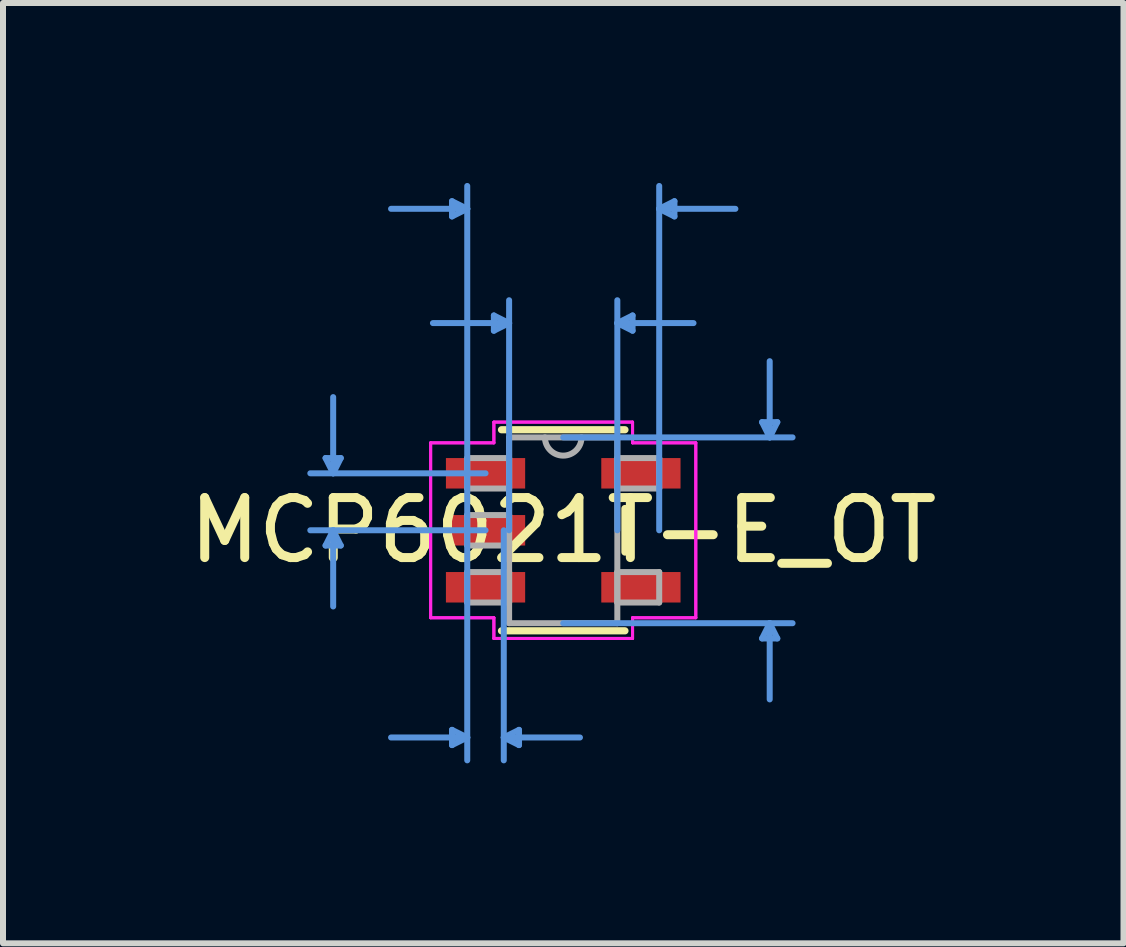
<source format=kicad_pcb>
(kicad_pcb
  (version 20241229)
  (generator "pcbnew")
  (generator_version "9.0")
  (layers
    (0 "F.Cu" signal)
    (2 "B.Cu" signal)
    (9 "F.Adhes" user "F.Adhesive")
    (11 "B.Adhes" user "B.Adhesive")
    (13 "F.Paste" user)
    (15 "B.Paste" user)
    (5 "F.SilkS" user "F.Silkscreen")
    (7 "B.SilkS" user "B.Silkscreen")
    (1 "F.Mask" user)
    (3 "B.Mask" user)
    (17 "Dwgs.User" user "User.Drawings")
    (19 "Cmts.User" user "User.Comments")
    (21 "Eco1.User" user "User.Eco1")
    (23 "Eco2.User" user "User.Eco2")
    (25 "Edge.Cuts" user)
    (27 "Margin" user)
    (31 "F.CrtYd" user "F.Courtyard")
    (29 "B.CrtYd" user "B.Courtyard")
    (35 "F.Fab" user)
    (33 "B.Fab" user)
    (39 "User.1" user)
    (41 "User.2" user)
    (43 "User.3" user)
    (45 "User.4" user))
  (footprint "MCP6021T-E_OT"
    (layer "F.Cu")
    (at 6.339 5.79)
    (property "Reference" "MCP6021T-E_OT" (at 0 0 0) (layer "F.SilkS") (effects (font (size 1 1) (thickness 0.15))))
    (attr through_hole)
    (fp_line (start -1.029 1.676) (end 1.029 1.676) (stroke (width 0.12) (type solid)) (layer "F.SilkS"))
    (fp_line (start 1.029 -1.676) (end -1.029 -1.676) (stroke (width 0.12) (type solid)) (layer "F.SilkS"))
    (fp_line (start 1.029 0.363) (end 1.029 -0.363) (stroke (width 0.12) (type solid)) (layer "F.SilkS"))
    (fp_line (start -3.962 -1.204) (end -3.708 -1.204) (stroke (width 0.1) (type solid)) (layer "Cmts.User"))
    (fp_line (start -3.962 0.254) (end -3.708 0.254) (stroke (width 0.1) (type solid)) (layer "Cmts.User"))
    (fp_line (start -3.835 -0.95) (end -3.962 -1.204) (stroke (width 0.1) (type solid)) (layer "Cmts.User"))
    (fp_line (start -3.835 -0.95) (end -3.835 -2.22) (stroke (width 0.1) (type solid)) (layer "Cmts.User"))
    (fp_line (start -3.835 -0.95) (end -3.708 -1.204) (stroke (width 0.1) (type solid)) (layer "Cmts.User"))
    (fp_line (start -3.835 0) (end -3.962 0.254) (stroke (width 0.1) (type solid)) (layer "Cmts.User"))
    (fp_line (start -3.835 0) (end -3.835 1.27) (stroke (width 0.1) (type solid)) (layer "Cmts.User"))
    (fp_line (start -3.835 0) (end -3.708 0.254) (stroke (width 0.1) (type solid)) (layer "Cmts.User"))
    (fp_line (start -1.854 -5.486) (end -1.854 -5.232) (stroke (width 0.1) (type solid)) (layer "Cmts.User"))
    (fp_line (start -1.854 3.327) (end -1.854 3.581) (stroke (width 0.1) (type solid)) (layer "Cmts.User"))
    (fp_line (start -1.6 -5.359) (end -2.87 -5.359) (stroke (width 0.1) (type solid)) (layer "Cmts.User"))
    (fp_line (start -1.6 -5.359) (end -1.854 -5.486) (stroke (width 0.1) (type solid)) (layer "Cmts.User"))
    (fp_line (start -1.6 -5.359) (end -1.854 -5.232) (stroke (width 0.1) (type solid)) (layer "Cmts.User"))
    (fp_line (start -1.6 0) (end -1.6 -5.74) (stroke (width 0.1) (type solid)) (layer "Cmts.User"))
    (fp_line (start -1.6 0) (end -1.6 3.835) (stroke (width 0.1) (type solid)) (layer "Cmts.User"))
    (fp_line (start -1.6 3.454) (end -2.87 3.454) (stroke (width 0.1) (type solid)) (layer "Cmts.User"))
    (fp_line (start -1.6 3.454) (end -1.854 3.327) (stroke (width 0.1) (type solid)) (layer "Cmts.User"))
    (fp_line (start -1.6 3.454) (end -1.854 3.581) (stroke (width 0.1) (type solid)) (layer "Cmts.User"))
    (fp_line (start -1.295 -0.95) (end -4.216 -0.95) (stroke (width 0.1) (type solid)) (layer "Cmts.User"))
    (fp_line (start -1.295 0) (end -4.216 0) (stroke (width 0.1) (type solid)) (layer "Cmts.User"))
    (fp_line (start -1.156 -3.581) (end -1.156 -3.327) (stroke (width 0.1) (type solid)) (layer "Cmts.User"))
    (fp_line (start -0.991 0) (end -0.991 3.835) (stroke (width 0.1) (type solid)) (layer "Cmts.User"))
    (fp_line (start -0.991 3.454) (end -0.737 3.327) (stroke (width 0.1) (type solid)) (layer "Cmts.User"))
    (fp_line (start -0.991 3.454) (end -0.737 3.581) (stroke (width 0.1) (type solid)) (layer "Cmts.User"))
    (fp_line (start -0.991 3.454) (end 0.279 3.454) (stroke (width 0.1) (type solid)) (layer "Cmts.User"))
    (fp_line (start -0.902 -3.454) (end -2.172 -3.454) (stroke (width 0.1) (type solid)) (layer "Cmts.User"))
    (fp_line (start -0.902 -3.454) (end -1.156 -3.581) (stroke (width 0.1) (type solid)) (layer "Cmts.User"))
    (fp_line (start -0.902 -3.454) (end -1.156 -3.327) (stroke (width 0.1) (type solid)) (layer "Cmts.User"))
    (fp_line (start -0.902 0) (end -0.902 -3.835) (stroke (width 0.1) (type solid)) (layer "Cmts.User"))
    (fp_line (start -0.737 3.327) (end -0.737 3.581) (stroke (width 0.1) (type solid)) (layer "Cmts.User"))
    (fp_line (start 0 -1.549) (end 3.823 -1.549) (stroke (width 0.1) (type solid)) (layer "Cmts.User"))
    (fp_line (start 0 1.549) (end 3.823 1.549) (stroke (width 0.1) (type solid)) (layer "Cmts.User"))
    (fp_line (start 0.902 -3.454) (end 1.156 -3.581) (stroke (width 0.1) (type solid)) (layer "Cmts.User"))
    (fp_line (start 0.902 -3.454) (end 1.156 -3.327) (stroke (width 0.1) (type solid)) (layer "Cmts.User"))
    (fp_line (start 0.902 -3.454) (end 2.172 -3.454) (stroke (width 0.1) (type solid)) (layer "Cmts.User"))
    (fp_line (start 0.902 0) (end 0.902 -3.835) (stroke (width 0.1) (type solid)) (layer "Cmts.User"))
    (fp_line (start 1.156 -3.581) (end 1.156 -3.327) (stroke (width 0.1) (type solid)) (layer "Cmts.User"))
    (fp_line (start 1.6 -5.359) (end 1.854 -5.486) (stroke (width 0.1) (type solid)) (layer "Cmts.User"))
    (fp_line (start 1.6 -5.359) (end 1.854 -5.232) (stroke (width 0.1) (type solid)) (layer "Cmts.User"))
    (fp_line (start 1.6 -5.359) (end 2.87 -5.359) (stroke (width 0.1) (type solid)) (layer "Cmts.User"))
    (fp_line (start 1.6 0) (end 1.6 -5.74) (stroke (width 0.1) (type solid)) (layer "Cmts.User"))
    (fp_line (start 1.854 -5.486) (end 1.854 -5.232) (stroke (width 0.1) (type solid)) (layer "Cmts.User"))
    (fp_line (start 3.315 -1.803) (end 3.569 -1.803) (stroke (width 0.1) (type solid)) (layer "Cmts.User"))
    (fp_line (start 3.315 1.803) (end 3.569 1.803) (stroke (width 0.1) (type solid)) (layer "Cmts.User"))
    (fp_line (start 3.442 -1.549) (end 3.315 -1.803) (stroke (width 0.1) (type solid)) (layer "Cmts.User"))
    (fp_line (start 3.442 -1.549) (end 3.442 -2.819) (stroke (width 0.1) (type solid)) (layer "Cmts.User"))
    (fp_line (start 3.442 -1.549) (end 3.569 -1.803) (stroke (width 0.1) (type solid)) (layer "Cmts.User"))
    (fp_line (start 3.442 1.549) (end 3.315 1.803) (stroke (width 0.1) (type solid)) (layer "Cmts.User"))
    (fp_line (start 3.442 1.549) (end 3.442 2.819) (stroke (width 0.1) (type solid)) (layer "Cmts.User"))
    (fp_line (start 3.442 1.549) (end 3.569 1.803) (stroke (width 0.1) (type solid)) (layer "Cmts.User"))
    (fp_line (start -2.21 -1.458) (end -1.156 -1.458) (stroke (width 0.05) (type solid)) (layer "F.CrtYd"))
    (fp_line (start -2.21 -1.458) (end -1.156 -1.458) (stroke (width 0.05) (type solid)) (layer "F.CrtYd"))
    (fp_line (start -2.21 1.458) (end -2.21 -1.458) (stroke (width 0.05) (type solid)) (layer "F.CrtYd"))
    (fp_line (start -2.21 1.458) (end -2.21 -1.458) (stroke (width 0.05) (type solid)) (layer "F.CrtYd"))
    (fp_line (start -1.156 -1.803) (end 1.156 -1.803) (stroke (width 0.05) (type solid)) (layer "F.CrtYd"))
    (fp_line (start -1.156 -1.803) (end 1.156 -1.803) (stroke (width 0.05) (type solid)) (layer "F.CrtYd"))
    (fp_line (start -1.156 -1.458) (end -1.156 -1.803) (stroke (width 0.05) (type solid)) (layer "F.CrtYd"))
    (fp_line (start -1.156 -1.458) (end -1.156 -1.803) (stroke (width 0.05) (type solid)) (layer "F.CrtYd"))
    (fp_line (start -1.156 1.458) (end -2.21 1.458) (stroke (width 0.05) (type solid)) (layer "F.CrtYd"))
    (fp_line (start -1.156 1.458) (end -2.21 1.458) (stroke (width 0.05) (type solid)) (layer "F.CrtYd"))
    (fp_line (start -1.156 1.803) (end -1.156 1.458) (stroke (width 0.05) (type solid)) (layer "F.CrtYd"))
    (fp_line (start -1.156 1.803) (end -1.156 1.458) (stroke (width 0.05) (type solid)) (layer "F.CrtYd"))
    (fp_line (start 1.156 -1.803) (end 1.156 -1.458) (stroke (width 0.05) (type solid)) (layer "F.CrtYd"))
    (fp_line (start 1.156 -1.803) (end 1.156 -1.458) (stroke (width 0.05) (type solid)) (layer "F.CrtYd"))
    (fp_line (start 1.156 -1.458) (end 2.21 -1.458) (stroke (width 0.05) (type solid)) (layer "F.CrtYd"))
    (fp_line (start 1.156 -1.458) (end 2.21 -1.458) (stroke (width 0.05) (type solid)) (layer "F.CrtYd"))
    (fp_line (start 1.156 1.458) (end 1.156 1.803) (stroke (width 0.05) (type solid)) (layer "F.CrtYd"))
    (fp_line (start 1.156 1.458) (end 1.156 1.803) (stroke (width 0.05) (type solid)) (layer "F.CrtYd"))
    (fp_line (start 1.156 1.803) (end -1.156 1.803) (stroke (width 0.05) (type solid)) (layer "F.CrtYd"))
    (fp_line (start 1.156 1.803) (end -1.156 1.803) (stroke (width 0.05) (type solid)) (layer "F.CrtYd"))
    (fp_line (start 2.21 -1.458) (end 2.21 1.458) (stroke (width 0.05) (type solid)) (layer "F.CrtYd"))
    (fp_line (start 2.21 -1.458) (end 2.21 1.458) (stroke (width 0.05) (type solid)) (layer "F.CrtYd"))
    (fp_line (start 2.21 1.458) (end 1.156 1.458) (stroke (width 0.05) (type solid)) (layer "F.CrtYd"))
    (fp_line (start 2.21 1.458) (end 1.156 1.458) (stroke (width 0.05) (type solid)) (layer "F.CrtYd"))
    (fp_line (start -1.6 -1.204) (end -1.6 -0.696) (stroke (width 0.1) (type solid)) (layer "F.Fab"))
    (fp_line (start -1.6 -0.696) (end -0.902 -0.696) (stroke (width 0.1) (type solid)) (layer "F.Fab"))
    (fp_line (start -1.6 -0.254) (end -1.6 0.254) (stroke (width 0.1) (type solid)) (layer "F.Fab"))
    (fp_line (start -1.6 0.254) (end -0.902 0.254) (stroke (width 0.1) (type solid)) (layer "F.Fab"))
    (fp_line (start -1.6 0.696) (end -1.6 1.204) (stroke (width 0.1) (type solid)) (layer "F.Fab"))
    (fp_line (start -1.6 1.204) (end -0.902 1.204) (stroke (width 0.1) (type solid)) (layer "F.Fab"))
    (fp_line (start -0.902 -1.549) (end -0.902 1.549) (stroke (width 0.1) (type solid)) (layer "F.Fab"))
    (fp_line (start -0.902 -1.204) (end -1.6 -1.204) (stroke (width 0.1) (type solid)) (layer "F.Fab"))
    (fp_line (start -0.902 -0.696) (end -0.902 -1.204) (stroke (width 0.1) (type solid)) (layer "F.Fab"))
    (fp_line (start -0.902 -0.254) (end -1.6 -0.254) (stroke (width 0.1) (type solid)) (layer "F.Fab"))
    (fp_line (start -0.902 0.254) (end -0.902 -0.254) (stroke (width 0.1) (type solid)) (layer "F.Fab"))
    (fp_line (start -0.902 0.696) (end -1.6 0.696) (stroke (width 0.1) (type solid)) (layer "F.Fab"))
    (fp_line (start -0.902 1.204) (end -0.902 0.696) (stroke (width 0.1) (type solid)) (layer "F.Fab"))
    (fp_line (start -0.902 1.549) (end 0.902 1.549) (stroke (width 0.1) (type solid)) (layer "F.Fab"))
    (fp_line (start 0.902 -1.549) (end -0.902 -1.549) (stroke (width 0.1) (type solid)) (layer "F.Fab"))
    (fp_line (start 0.902 -1.204) (end 0.902 -0.696) (stroke (width 0.1) (type solid)) (layer "F.Fab"))
    (fp_line (start 0.902 -0.696) (end 1.6 -0.696) (stroke (width 0.1) (type solid)) (layer "F.Fab"))
    (fp_line (start 0.902 0.696) (end 0.902 1.204) (stroke (width 0.1) (type solid)) (layer "F.Fab"))
    (fp_line (start 0.902 1.204) (end 1.6 1.204) (stroke (width 0.1) (type solid)) (layer "F.Fab"))
    (fp_line (start 0.902 1.549) (end 0.902 -1.549) (stroke (width 0.1) (type solid)) (layer "F.Fab"))
    (fp_line (start 1.6 -1.204) (end 0.902 -1.204) (stroke (width 0.1) (type solid)) (layer "F.Fab"))
    (fp_line (start 1.6 -0.696) (end 1.6 -1.204) (stroke (width 0.1) (type solid)) (layer "F.Fab"))
    (fp_line (start 1.6 0.696) (end 0.902 0.696) (stroke (width 0.1) (type solid)) (layer "F.Fab"))
    (fp_line (start 1.6 1.204) (end 1.6 0.696) (stroke (width 0.1) (type solid)) (layer "F.Fab"))
    (fp_arc (start 0.3048 -1.5494) (mid 0 -1.2446) (end -0.3048 -1.5494) (stroke (width 0.1) (type solid)) (layer "F.Fab"))
    (pad "1" smd rect (at -1.295 -0.95) (size 1.321 0.508) (layers "F.Cu" "F.Mask" "F.Paste"))
    (pad "2" smd rect (at -1.295 0) (size 1.321 0.508) (layers "F.Cu" "F.Mask" "F.Paste"))
    (pad "3" smd rect (at -1.295 0.95) (size 1.321 0.508) (layers "F.Cu" "F.Mask" "F.Paste"))
    (pad "4" smd rect (at 1.295 0.95) (size 1.321 0.508) (layers "F.Cu" "F.Mask" "F.Paste"))
    (pad "5" smd rect (at 1.295 -0.95) (size 1.321 0.508) (layers "F.Cu" "F.Mask" "F.Paste")))
  (gr_rect
    (start -3 -3)
    (end 15.679 12.676)
    (stroke (width 0.1) (type default))
    (fill no)
    (layer "Edge.Cuts")))
</source>
